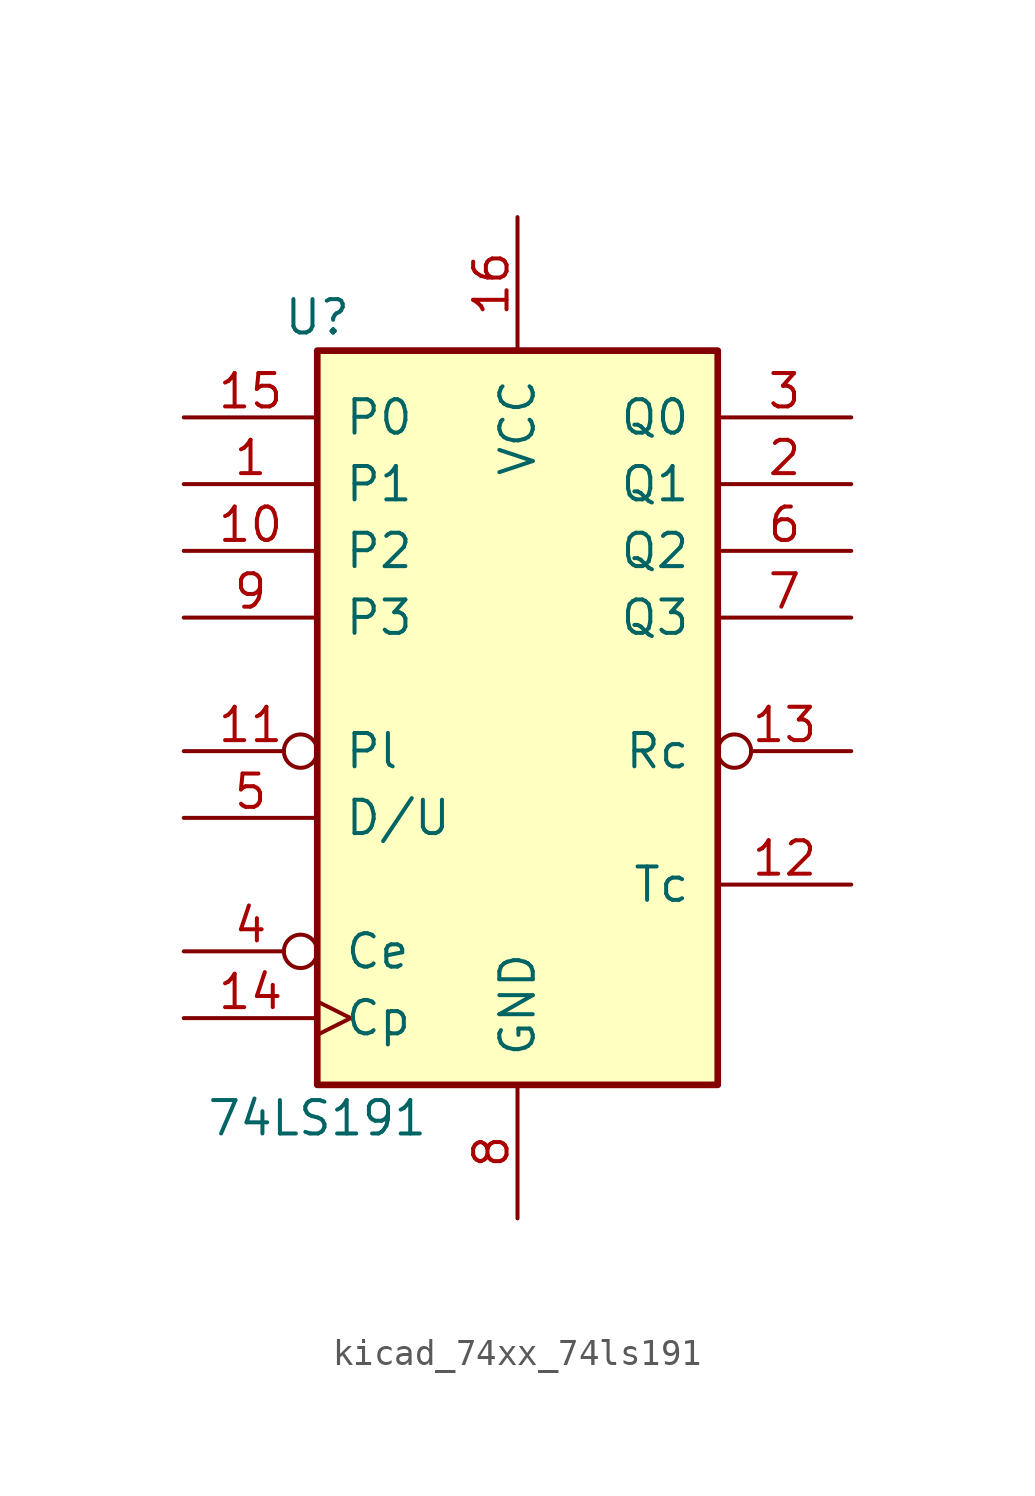
<source format=kicad_sym>
(kicad_symbol_lib
  (version 20220914)
  (generator kicad_symbol_editor)
  (symbol "kicad_74xx_74ls191"
    (pin_names
      (offset 1.016))
    (property "Reference" "U"
      (at -7.62 13.97 0)
      (effects (font (size 1.27 1.27))))
    (property "Value" "74LS191"
      (at -7.62 -16.51 0)
      (effects (font (size 1.27 1.27))))
    (property "ki_locked" ""
      (at 0 0 0)
      (effects (font (size 1.27 1.27))))
    (symbol "kicad_74xx_74ls191_1_0"
      (pin input line (at -12.7 7.62 0) (length 5.08) (name "P1" (effects (font (size 1.27 1.27)))) (number "1" (effects (font (size 1.27 1.27)))))
      (pin input line (at -12.7 5.08 0) (length 5.08) (name "P2" (effects (font (size 1.27 1.27)))) (number "10" (effects (font (size 1.27 1.27)))))
      (pin input inverted (at -12.7 -2.54 0) (length 5.08) (name "Pl" (effects (font (size 1.27 1.27)))) (number "11" (effects (font (size 1.27 1.27)))))
      (pin output line (at 12.7 -7.62 180) (length 5.08) (name "Tc" (effects (font (size 1.27 1.27)))) (number "12" (effects (font (size 1.27 1.27)))))
      (pin output inverted (at 12.7 -2.54 180) (length 5.08) (name "Rc" (effects (font (size 1.27 1.27)))) (number "13" (effects (font (size 1.27 1.27)))))
      (pin input clock (at -12.7 -12.7 0) (length 5.08) (name "Cp" (effects (font (size 1.27 1.27)))) (number "14" (effects (font (size 1.27 1.27)))))
      (pin input line (at -12.7 10.16 0) (length 5.08) (name "P0" (effects (font (size 1.27 1.27)))) (number "15" (effects (font (size 1.27 1.27)))))
      (pin power_in line (at 0 17.78 270) (length 5.08) (name "VCC" (effects (font (size 1.27 1.27)))) (number "16" (effects (font (size 1.27 1.27)))))
      (pin output line (at 12.7 7.62 180) (length 5.08) (name "Q1" (effects (font (size 1.27 1.27)))) (number "2" (effects (font (size 1.27 1.27)))))
      (pin output line (at 12.7 10.16 180) (length 5.08) (name "Q0" (effects (font (size 1.27 1.27)))) (number "3" (effects (font (size 1.27 1.27)))))
      (pin input inverted (at -12.7 -10.16 0) (length 5.08) (name "Ce" (effects (font (size 1.27 1.27)))) (number "4" (effects (font (size 1.27 1.27)))))
      (pin input line (at -12.7 -5.08 0) (length 5.08) (name "D/U" (effects (font (size 1.27 1.27)))) (number "5" (effects (font (size 1.27 1.27)))))
      (pin output line (at 12.7 5.08 180) (length 5.08) (name "Q2" (effects (font (size 1.27 1.27)))) (number "6" (effects (font (size 1.27 1.27)))))
      (pin output line (at 12.7 2.54 180) (length 5.08) (name "Q3" (effects (font (size 1.27 1.27)))) (number "7" (effects (font (size 1.27 1.27)))))
      (pin power_in line (at 0 -20.32 90) (length 5.08) (name "GND" (effects (font (size 1.27 1.27)))) (number "8" (effects (font (size 1.27 1.27)))))
      (pin input line (at -12.7 2.54 0) (length 5.08) (name "P3" (effects (font (size 1.27 1.27)))) (number "9" (effects (font (size 1.27 1.27))))))
    (symbol "kicad_74xx_74ls191_1_1"
      (rectangle (start -7.62 12.7) (end 7.62 -15.24) (stroke (width 0.254) (type default)) (fill (type background))))))
</source>
